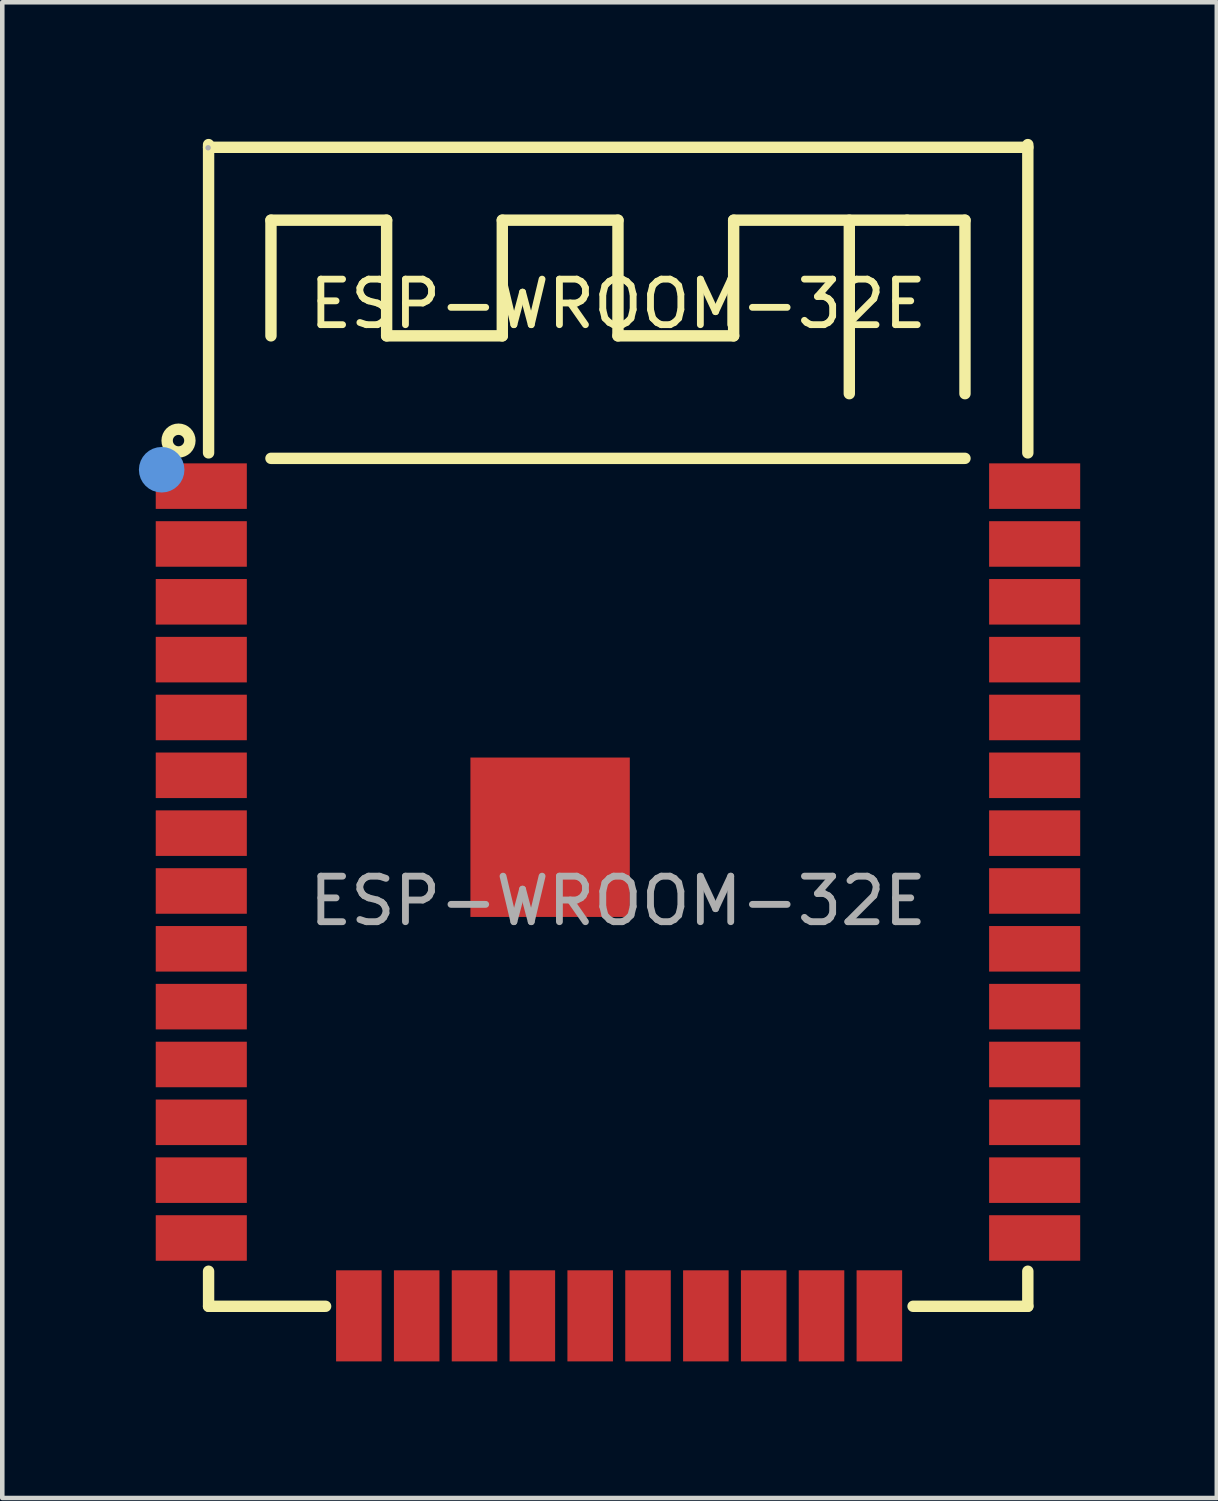
<source format=kicad_pcb>
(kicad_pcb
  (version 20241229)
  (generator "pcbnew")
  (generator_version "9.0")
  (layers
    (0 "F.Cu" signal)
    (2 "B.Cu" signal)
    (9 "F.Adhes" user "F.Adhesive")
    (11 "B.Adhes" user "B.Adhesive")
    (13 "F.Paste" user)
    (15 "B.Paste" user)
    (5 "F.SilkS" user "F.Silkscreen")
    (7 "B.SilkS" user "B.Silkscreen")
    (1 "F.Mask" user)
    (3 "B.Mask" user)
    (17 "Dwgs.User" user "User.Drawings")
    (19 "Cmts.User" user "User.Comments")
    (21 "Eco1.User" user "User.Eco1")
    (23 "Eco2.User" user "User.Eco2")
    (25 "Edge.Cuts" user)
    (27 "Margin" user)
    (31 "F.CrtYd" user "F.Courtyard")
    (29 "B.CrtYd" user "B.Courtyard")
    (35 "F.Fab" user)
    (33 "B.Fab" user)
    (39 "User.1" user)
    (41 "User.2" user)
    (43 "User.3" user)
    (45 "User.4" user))
  (footprint "ESP-WROOM-32E"
    (layer "F.Cu")
    (at 10.52 16.735)
    (property "Reference" "ESP-WROOM-32E" (at 0 -13.11 0) (layer "F.SilkS") (effects (font (size 1 1) (thickness 0.15))))
    (attr smd)
    (fp_line (start -8.99 -16.61) (end -8.99 -9.84) (stroke (width 0.25) (type solid)) (layer "F.SilkS"))
    (fp_line (start -8.99 -16.55) (end 9 -16.55) (stroke (width 0.25) (type solid)) (layer "F.SilkS"))
    (fp_line (start -8.99 8.13) (end -8.99 8.9) (stroke (width 0.25) (type solid)) (layer "F.SilkS"))
    (fp_line (start -8.99 8.9) (end -6.42 8.9) (stroke (width 0.25) (type solid)) (layer "F.SilkS"))
    (fp_line (start -7.62 -14.95) (end -5.08 -14.95) (stroke (width 0.25) (type solid)) (layer "F.SilkS"))
    (fp_line (start -7.62 -12.41) (end -7.62 -14.95) (stroke (width 0.25) (type solid)) (layer "F.SilkS"))
    (fp_line (start -7.62 -9.72) (end 7.62 -9.72) (stroke (width 0.25) (type solid)) (layer "F.SilkS"))
    (fp_line (start -5.08 -14.95) (end -5.08 -12.41) (stroke (width 0.25) (type solid)) (layer "F.SilkS"))
    (fp_line (start -5.08 -12.41) (end -2.54 -12.41) (stroke (width 0.25) (type solid)) (layer "F.SilkS"))
    (fp_line (start -2.54 -14.95) (end 0 -14.95) (stroke (width 0.25) (type solid)) (layer "F.SilkS"))
    (fp_line (start -2.54 -12.41) (end -2.54 -14.95) (stroke (width 0.25) (type solid)) (layer "F.SilkS"))
    (fp_line (start 0 -14.95) (end 0 -12.41) (stroke (width 0.25) (type solid)) (layer "F.SilkS"))
    (fp_line (start 0 -12.41) (end 2.54 -12.41) (stroke (width 0.25) (type solid)) (layer "F.SilkS"))
    (fp_line (start 2.54 -14.95) (end 6.35 -14.95) (stroke (width 0.25) (type solid)) (layer "F.SilkS"))
    (fp_line (start 2.54 -12.41) (end 2.54 -14.95) (stroke (width 0.25) (type solid)) (layer "F.SilkS"))
    (fp_line (start 5.08 -14.95) (end 5.08 -11.14) (stroke (width 0.25) (type solid)) (layer "F.SilkS"))
    (fp_line (start 6.35 -14.95) (end 7.62 -14.95) (stroke (width 0.25) (type solid)) (layer "F.SilkS"))
    (fp_line (start 6.48 8.9) (end 9 8.9) (stroke (width 0.25) (type solid)) (layer "F.SilkS"))
    (fp_line (start 7.62 -14.95) (end 7.62 -11.14) (stroke (width 0.25) (type solid)) (layer "F.SilkS"))
    (fp_line (start 9 -16.61) (end 9 -9.84) (stroke (width 0.25) (type solid)) (layer "F.SilkS"))
    (fp_line (start 9 8.13) (end 9 8.9) (stroke (width 0.25) (type solid)) (layer "F.SilkS"))
    (fp_circle (center -9.65 -10.11) (end -9.4 -10.11) (stroke (width 0.25) (type solid)) (fill no) (layer "F.SilkS"))
    (fp_circle (center -10.02 -9.47) (end -9.77 -9.47) (stroke (width 0.5) (type solid)) (fill no) (layer "Cmts.User"))
    (fp_circle (center -9 -16.54) (end -8.97 -16.54) (stroke (width 0.06) (type solid)) (fill no) (layer "F.Fab"))
    (fp_text user "${REFERENCE}" (at 0 0 0) (layer "F.Fab") (effects (font (size 1 1) (thickness 0.15))))
    (pad "1" smd rect (at -9.15 -9.11) (size 2 1) (layers "F.Cu" "F.Mask" "F.Paste"))
    (pad "2" smd rect (at -9.15 -7.84) (size 2 1) (layers "F.Cu" "F.Mask" "F.Paste"))
    (pad "3" smd rect (at -9.15 -6.57) (size 2 1) (layers "F.Cu" "F.Mask" "F.Paste"))
    (pad "4" smd rect (at -9.15 -5.3) (size 2 1) (layers "F.Cu" "F.Mask" "F.Paste"))
    (pad "5" smd rect (at -9.15 -4.03) (size 2 1) (layers "F.Cu" "F.Mask" "F.Paste"))
    (pad "6" smd rect (at -9.15 -2.76) (size 2 1) (layers "F.Cu" "F.Mask" "F.Paste"))
    (pad "7" smd rect (at -9.15 -1.49) (size 2 1) (layers "F.Cu" "F.Mask" "F.Paste"))
    (pad "8" smd rect (at -9.15 -0.22) (size 2 1) (layers "F.Cu" "F.Mask" "F.Paste"))
    (pad "9" smd rect (at -9.15 1.05) (size 2 1) (layers "F.Cu" "F.Mask" "F.Paste"))
    (pad "10" smd rect (at -9.15 2.32) (size 2 1) (layers "F.Cu" "F.Mask" "F.Paste"))
    (pad "11" smd rect (at -9.15 3.59) (size 2 1) (layers "F.Cu" "F.Mask" "F.Paste"))
    (pad "12" smd rect (at -9.15 4.86) (size 2 1) (layers "F.Cu" "F.Mask" "F.Paste"))
    (pad "13" smd rect (at -9.15 6.13) (size 2 1) (layers "F.Cu" "F.Mask" "F.Paste"))
    (pad "14" smd rect (at -9.15 7.4) (size 2 1) (layers "F.Cu" "F.Mask" "F.Paste"))
    (pad "15" smd rect (at -5.69 9.11 90) (size 2 1) (layers "F.Cu" "F.Mask" "F.Paste"))
    (pad "16" smd rect (at -4.42 9.11 90) (size 2 1) (layers "F.Cu" "F.Mask" "F.Paste"))
    (pad "17" smd rect (at -3.15 9.11 90) (size 2 1) (layers "F.Cu" "F.Mask" "F.Paste"))
    (pad "18" smd rect (at -1.88 9.11 90) (size 2 1) (layers "F.Cu" "F.Mask" "F.Paste"))
    (pad "19" smd rect (at -0.61 9.11 90) (size 2 1) (layers "F.Cu" "F.Mask" "F.Paste"))
    (pad "20" smd rect (at 0.66 9.11 90) (size 2 1) (layers "F.Cu" "F.Mask" "F.Paste"))
    (pad "21" smd rect (at 1.93 9.11 90) (size 2 1) (layers "F.Cu" "F.Mask" "F.Paste"))
    (pad "22" smd rect (at 3.2 9.11 90) (size 2 1) (layers "F.Cu" "F.Mask" "F.Paste"))
    (pad "23" smd rect (at 4.47 9.11 90) (size 2 1) (layers "F.Cu" "F.Mask" "F.Paste"))
    (pad "24" smd rect (at 5.74 9.11 90) (size 2 1) (layers "F.Cu" "F.Mask" "F.Paste"))
    (pad "25" smd rect (at 9.15 7.4) (size 2 1) (layers "F.Cu" "F.Mask" "F.Paste"))
    (pad "26" smd rect (at 9.15 6.13) (size 2 1) (layers "F.Cu" "F.Mask" "F.Paste"))
    (pad "27" smd rect (at 9.15 4.86) (size 2 1) (layers "F.Cu" "F.Mask" "F.Paste"))
    (pad "28" smd rect (at 9.15 3.59) (size 2 1) (layers "F.Cu" "F.Mask" "F.Paste"))
    (pad "29" smd rect (at 9.15 2.32) (size 2 1) (layers "F.Cu" "F.Mask" "F.Paste"))
    (pad "30" smd rect (at 9.15 1.05) (size 2 1) (layers "F.Cu" "F.Mask" "F.Paste"))
    (pad "31" smd rect (at 9.15 -0.22) (size 2 1) (layers "F.Cu" "F.Mask" "F.Paste"))
    (pad "32" smd rect (at 9.15 -1.49) (size 2 1) (layers "F.Cu" "F.Mask" "F.Paste"))
    (pad "33" smd rect (at 9.15 -2.76) (size 2 1) (layers "F.Cu" "F.Mask" "F.Paste"))
    (pad "34" smd rect (at 9.15 -4.03) (size 2 1) (layers "F.Cu" "F.Mask" "F.Paste"))
    (pad "35" smd rect (at 9.15 -5.3) (size 2 1) (layers "F.Cu" "F.Mask" "F.Paste"))
    (pad "36" smd rect (at 9.15 -6.57) (size 2 1) (layers "F.Cu" "F.Mask" "F.Paste"))
    (pad "37" smd rect (at 9.15 -7.84) (size 2 1) (layers "F.Cu" "F.Mask" "F.Paste"))
    (pad "38" smd rect (at 9.15 -9.11) (size 2 1) (layers "F.Cu" "F.Mask" "F.Paste"))
    (pad "39" smd rect (at -1.49 -1.4) (size 3.5 3.5) (layers "F.Cu" "F.Mask" "F.Paste")))
  (gr_rect
    (start -3 -3)
    (end 23.67 29.845)
    (stroke (width 0.1) (type default))
    (fill no)
    (layer "Edge.Cuts")))
</source>
